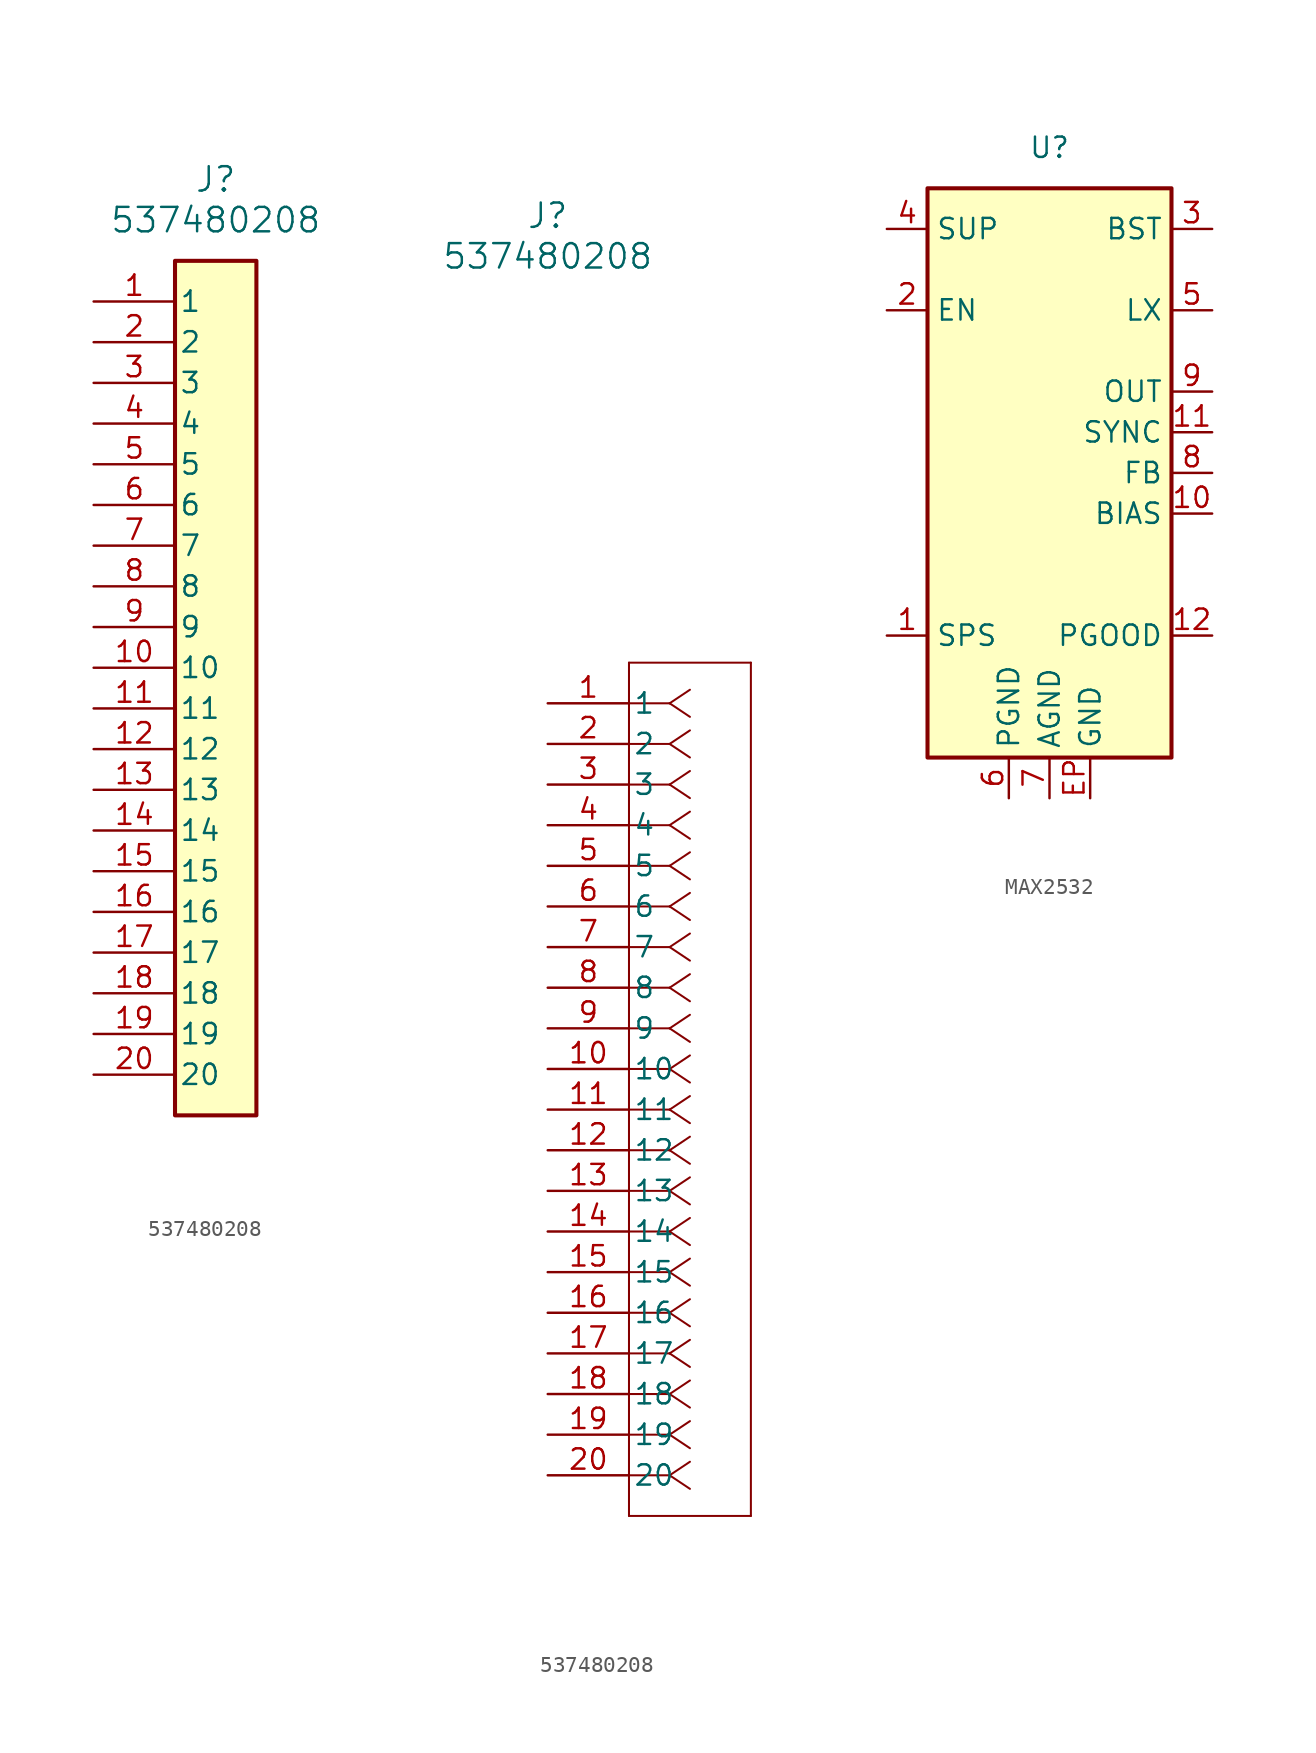
<source format=kicad_sym>
(kicad_symbol_lib
  (version 20220914)
  (generator kicad_symbol_editor)
  (symbol "537480208"
    (pin_names
      (offset 0.254))
    (property "Reference" "J"
      (at 0 30.48 0)
      (effects (font (size 1.524 1.524))))
    (property "Value" "537480208"
      (at 0 27.94 0)
      (effects (font (size 1.524 1.524))))
    (property "ki_locked" ""
      (at 0 0 0)
      (effects (font (size 1.27 1.27))))
    (symbol "537480208_1_1"
      (rectangle (start -2.54 25.4) (end 2.54 -27.94) (stroke (width 0.254) (type default)) (fill (type background)))
      (pin unspecified line (at -7.62 22.86 0) (length 5.08) (name "1" (effects (font (size 1.27 1.27)))) (number "1" (effects (font (size 1.27 1.27)))))
      (pin unspecified line (at -7.62 0 0) (length 5.08) (name "10" (effects (font (size 1.27 1.27)))) (number "10" (effects (font (size 1.27 1.27)))))
      (pin unspecified line (at -7.62 -2.54 0) (length 5.08) (name "11" (effects (font (size 1.27 1.27)))) (number "11" (effects (font (size 1.27 1.27)))))
      (pin unspecified line (at -7.62 -5.08 0) (length 5.08) (name "12" (effects (font (size 1.27 1.27)))) (number "12" (effects (font (size 1.27 1.27)))))
      (pin unspecified line (at -7.62 -7.62 0) (length 5.08) (name "13" (effects (font (size 1.27 1.27)))) (number "13" (effects (font (size 1.27 1.27)))))
      (pin unspecified line (at -7.62 -10.16 0) (length 5.08) (name "14" (effects (font (size 1.27 1.27)))) (number "14" (effects (font (size 1.27 1.27)))))
      (pin unspecified line (at -7.62 -12.7 0) (length 5.08) (name "15" (effects (font (size 1.27 1.27)))) (number "15" (effects (font (size 1.27 1.27)))))
      (pin unspecified line (at -7.62 -15.24 0) (length 5.08) (name "16" (effects (font (size 1.27 1.27)))) (number "16" (effects (font (size 1.27 1.27)))))
      (pin unspecified line (at -7.62 -17.78 0) (length 5.08) (name "17" (effects (font (size 1.27 1.27)))) (number "17" (effects (font (size 1.27 1.27)))))
      (pin unspecified line (at -7.62 -20.32 0) (length 5.08) (name "18" (effects (font (size 1.27 1.27)))) (number "18" (effects (font (size 1.27 1.27)))))
      (pin unspecified line (at -7.62 -22.86 0) (length 5.08) (name "19" (effects (font (size 1.27 1.27)))) (number "19" (effects (font (size 1.27 1.27)))))
      (pin unspecified line (at -7.62 20.32 0) (length 5.08) (name "2" (effects (font (size 1.27 1.27)))) (number "2" (effects (font (size 1.27 1.27)))))
      (pin unspecified line (at -7.62 -25.4 0) (length 5.08) (name "20" (effects (font (size 1.27 1.27)))) (number "20" (effects (font (size 1.27 1.27)))))
      (pin unspecified line (at -7.62 17.78 0) (length 5.08) (name "3" (effects (font (size 1.27 1.27)))) (number "3" (effects (font (size 1.27 1.27)))))
      (pin unspecified line (at -7.62 15.24 0) (length 5.08) (name "4" (effects (font (size 1.27 1.27)))) (number "4" (effects (font (size 1.27 1.27)))))
      (pin unspecified line (at -7.62 12.7 0) (length 5.08) (name "5" (effects (font (size 1.27 1.27)))) (number "5" (effects (font (size 1.27 1.27)))))
      (pin unspecified line (at -7.62 10.16 0) (length 5.08) (name "6" (effects (font (size 1.27 1.27)))) (number "6" (effects (font (size 1.27 1.27)))))
      (pin unspecified line (at -7.62 7.62 0) (length 5.08) (name "7" (effects (font (size 1.27 1.27)))) (number "7" (effects (font (size 1.27 1.27)))))
      (pin unspecified line (at -7.62 5.08 0) (length 5.08) (name "8" (effects (font (size 1.27 1.27)))) (number "8" (effects (font (size 1.27 1.27)))))
      (pin unspecified line (at -7.62 2.54 0) (length 5.08) (name "9" (effects (font (size 1.27 1.27)))) (number "9" (effects (font (size 1.27 1.27))))))
    (symbol "537480208_1_2"
      (polyline (pts (xy 5.08 -50.8) (xy 12.7 -50.8)) (stroke (width 0.127) (type default)) (fill (type none)))
      (polyline (pts (xy 5.08 2.54) (xy 5.08 -50.8)) (stroke (width 0.127) (type default)) (fill (type none)))
      (polyline (pts (xy 7.62 -48.26) (xy 5.08 -48.26)) (stroke (width 0.127) (type default)) (fill (type none)))
      (polyline (pts (xy 7.62 -48.26) (xy 8.89 -49.107)) (stroke (width 0.127) (type default)) (fill (type none)))
      (polyline (pts (xy 7.62 -48.26) (xy 8.89 -47.413)) (stroke (width 0.127) (type default)) (fill (type none)))
      (polyline (pts (xy 7.62 -45.72) (xy 5.08 -45.72)) (stroke (width 0.127) (type default)) (fill (type none)))
      (polyline (pts (xy 7.62 -45.72) (xy 8.89 -46.567)) (stroke (width 0.127) (type default)) (fill (type none)))
      (polyline (pts (xy 7.62 -45.72) (xy 8.89 -44.873)) (stroke (width 0.127) (type default)) (fill (type none)))
      (polyline (pts (xy 7.62 -43.18) (xy 5.08 -43.18)) (stroke (width 0.127) (type default)) (fill (type none)))
      (polyline (pts (xy 7.62 -43.18) (xy 8.89 -44.027)) (stroke (width 0.127) (type default)) (fill (type none)))
      (polyline (pts (xy 7.62 -43.18) (xy 8.89 -42.333)) (stroke (width 0.127) (type default)) (fill (type none)))
      (polyline (pts (xy 7.62 -40.64) (xy 5.08 -40.64)) (stroke (width 0.127) (type default)) (fill (type none)))
      (polyline (pts (xy 7.62 -40.64) (xy 8.89 -41.487)) (stroke (width 0.127) (type default)) (fill (type none)))
      (polyline (pts (xy 7.62 -40.64) (xy 8.89 -39.793)) (stroke (width 0.127) (type default)) (fill (type none)))
      (polyline (pts (xy 7.62 -38.1) (xy 5.08 -38.1)) (stroke (width 0.127) (type default)) (fill (type none)))
      (polyline (pts (xy 7.62 -38.1) (xy 8.89 -38.947)) (stroke (width 0.127) (type default)) (fill (type none)))
      (polyline (pts (xy 7.62 -38.1) (xy 8.89 -37.253)) (stroke (width 0.127) (type default)) (fill (type none)))
      (polyline (pts (xy 7.62 -35.56) (xy 5.08 -35.56)) (stroke (width 0.127) (type default)) (fill (type none)))
      (polyline (pts (xy 7.62 -35.56) (xy 8.89 -36.407)) (stroke (width 0.127) (type default)) (fill (type none)))
      (polyline (pts (xy 7.62 -35.56) (xy 8.89 -34.713)) (stroke (width 0.127) (type default)) (fill (type none)))
      (polyline (pts (xy 7.62 -33.02) (xy 5.08 -33.02)) (stroke (width 0.127) (type default)) (fill (type none)))
      (polyline (pts (xy 7.62 -33.02) (xy 8.89 -33.867)) (stroke (width 0.127) (type default)) (fill (type none)))
      (polyline (pts (xy 7.62 -33.02) (xy 8.89 -32.173)) (stroke (width 0.127) (type default)) (fill (type none)))
      (polyline (pts (xy 7.62 -30.48) (xy 5.08 -30.48)) (stroke (width 0.127) (type default)) (fill (type none)))
      (polyline (pts (xy 7.62 -30.48) (xy 8.89 -31.327)) (stroke (width 0.127) (type default)) (fill (type none)))
      (polyline (pts (xy 7.62 -30.48) (xy 8.89 -29.633)) (stroke (width 0.127) (type default)) (fill (type none)))
      (polyline (pts (xy 7.62 -27.94) (xy 5.08 -27.94)) (stroke (width 0.127) (type default)) (fill (type none)))
      (polyline (pts (xy 7.62 -27.94) (xy 8.89 -28.787)) (stroke (width 0.127) (type default)) (fill (type none)))
      (polyline (pts (xy 7.62 -27.94) (xy 8.89 -27.093)) (stroke (width 0.127) (type default)) (fill (type none)))
      (polyline (pts (xy 7.62 -25.4) (xy 5.08 -25.4)) (stroke (width 0.127) (type default)) (fill (type none)))
      (polyline (pts (xy 7.62 -25.4) (xy 8.89 -26.247)) (stroke (width 0.127) (type default)) (fill (type none)))
      (polyline (pts (xy 7.62 -25.4) (xy 8.89 -24.553)) (stroke (width 0.127) (type default)) (fill (type none)))
      (polyline (pts (xy 7.62 -22.86) (xy 5.08 -22.86)) (stroke (width 0.127) (type default)) (fill (type none)))
      (polyline (pts (xy 7.62 -22.86) (xy 8.89 -23.707)) (stroke (width 0.127) (type default)) (fill (type none)))
      (polyline (pts (xy 7.62 -22.86) (xy 8.89 -22.013)) (stroke (width 0.127) (type default)) (fill (type none)))
      (polyline (pts (xy 7.62 -20.32) (xy 5.08 -20.32)) (stroke (width 0.127) (type default)) (fill (type none)))
      (polyline (pts (xy 7.62 -20.32) (xy 8.89 -21.167)) (stroke (width 0.127) (type default)) (fill (type none)))
      (polyline (pts (xy 7.62 -20.32) (xy 8.89 -19.473)) (stroke (width 0.127) (type default)) (fill (type none)))
      (polyline (pts (xy 7.62 -17.78) (xy 5.08 -17.78)) (stroke (width 0.127) (type default)) (fill (type none)))
      (polyline (pts (xy 7.62 -17.78) (xy 8.89 -18.627)) (stroke (width 0.127) (type default)) (fill (type none)))
      (polyline (pts (xy 7.62 -17.78) (xy 8.89 -16.933)) (stroke (width 0.127) (type default)) (fill (type none)))
      (polyline (pts (xy 7.62 -15.24) (xy 5.08 -15.24)) (stroke (width 0.127) (type default)) (fill (type none)))
      (polyline (pts (xy 7.62 -15.24) (xy 8.89 -16.087)) (stroke (width 0.127) (type default)) (fill (type none)))
      (polyline (pts (xy 7.62 -15.24) (xy 8.89 -14.393)) (stroke (width 0.127) (type default)) (fill (type none)))
      (polyline (pts (xy 7.62 -12.7) (xy 5.08 -12.7)) (stroke (width 0.127) (type default)) (fill (type none)))
      (polyline (pts (xy 7.62 -12.7) (xy 8.89 -13.547)) (stroke (width 0.127) (type default)) (fill (type none)))
      (polyline (pts (xy 7.62 -12.7) (xy 8.89 -11.853)) (stroke (width 0.127) (type default)) (fill (type none)))
      (polyline (pts (xy 7.62 -10.16) (xy 5.08 -10.16)) (stroke (width 0.127) (type default)) (fill (type none)))
      (polyline (pts (xy 7.62 -10.16) (xy 8.89 -11.007)) (stroke (width 0.127) (type default)) (fill (type none)))
      (polyline (pts (xy 7.62 -10.16) (xy 8.89 -9.313)) (stroke (width 0.127) (type default)) (fill (type none)))
      (polyline (pts (xy 7.62 -7.62) (xy 5.08 -7.62)) (stroke (width 0.127) (type default)) (fill (type none)))
      (polyline (pts (xy 7.62 -7.62) (xy 8.89 -8.467)) (stroke (width 0.127) (type default)) (fill (type none)))
      (polyline (pts (xy 7.62 -7.62) (xy 8.89 -6.773)) (stroke (width 0.127) (type default)) (fill (type none)))
      (polyline (pts (xy 7.62 -5.08) (xy 5.08 -5.08)) (stroke (width 0.127) (type default)) (fill (type none)))
      (polyline (pts (xy 7.62 -5.08) (xy 8.89 -5.927)) (stroke (width 0.127) (type default)) (fill (type none)))
      (polyline (pts (xy 7.62 -5.08) (xy 8.89 -4.233)) (stroke (width 0.127) (type default)) (fill (type none)))
      (polyline (pts (xy 7.62 -2.54) (xy 5.08 -2.54)) (stroke (width 0.127) (type default)) (fill (type none)))
      (polyline (pts (xy 7.62 -2.54) (xy 8.89 -3.387)) (stroke (width 0.127) (type default)) (fill (type none)))
      (polyline (pts (xy 7.62 -2.54) (xy 8.89 -1.693)) (stroke (width 0.127) (type default)) (fill (type none)))
      (polyline (pts (xy 7.62 0) (xy 5.08 0)) (stroke (width 0.127) (type default)) (fill (type none)))
      (polyline (pts (xy 7.62 0) (xy 8.89 -0.847)) (stroke (width 0.127) (type default)) (fill (type none)))
      (polyline (pts (xy 7.62 0) (xy 8.89 0.847)) (stroke (width 0.127) (type default)) (fill (type none)))
      (polyline (pts (xy 12.7 -50.8) (xy 12.7 2.54)) (stroke (width 0.127) (type default)) (fill (type none)))
      (polyline (pts (xy 12.7 2.54) (xy 5.08 2.54)) (stroke (width 0.127) (type default)) (fill (type none)))
      (pin unspecified line (at 0 0 0) (length 5.08) (name "1" (effects (font (size 1.27 1.27)))) (number "1" (effects (font (size 1.27 1.27)))))
      (pin unspecified line (at 0 -22.86 0) (length 5.08) (name "10" (effects (font (size 1.27 1.27)))) (number "10" (effects (font (size 1.27 1.27)))))
      (pin unspecified line (at 0 -25.4 0) (length 5.08) (name "11" (effects (font (size 1.27 1.27)))) (number "11" (effects (font (size 1.27 1.27)))))
      (pin unspecified line (at 0 -27.94 0) (length 5.08) (name "12" (effects (font (size 1.27 1.27)))) (number "12" (effects (font (size 1.27 1.27)))))
      (pin unspecified line (at 0 -30.48 0) (length 5.08) (name "13" (effects (font (size 1.27 1.27)))) (number "13" (effects (font (size 1.27 1.27)))))
      (pin unspecified line (at 0 -33.02 0) (length 5.08) (name "14" (effects (font (size 1.27 1.27)))) (number "14" (effects (font (size 1.27 1.27)))))
      (pin unspecified line (at 0 -35.56 0) (length 5.08) (name "15" (effects (font (size 1.27 1.27)))) (number "15" (effects (font (size 1.27 1.27)))))
      (pin unspecified line (at 0 -38.1 0) (length 5.08) (name "16" (effects (font (size 1.27 1.27)))) (number "16" (effects (font (size 1.27 1.27)))))
      (pin unspecified line (at 0 -40.64 0) (length 5.08) (name "17" (effects (font (size 1.27 1.27)))) (number "17" (effects (font (size 1.27 1.27)))))
      (pin unspecified line (at 0 -43.18 0) (length 5.08) (name "18" (effects (font (size 1.27 1.27)))) (number "18" (effects (font (size 1.27 1.27)))))
      (pin unspecified line (at 0 -45.72 0) (length 5.08) (name "19" (effects (font (size 1.27 1.27)))) (number "19" (effects (font (size 1.27 1.27)))))
      (pin unspecified line (at 0 -2.54 0) (length 5.08) (name "2" (effects (font (size 1.27 1.27)))) (number "2" (effects (font (size 1.27 1.27)))))
      (pin unspecified line (at 0 -48.26 0) (length 5.08) (name "20" (effects (font (size 1.27 1.27)))) (number "20" (effects (font (size 1.27 1.27)))))
      (pin unspecified line (at 0 -5.08 0) (length 5.08) (name "3" (effects (font (size 1.27 1.27)))) (number "3" (effects (font (size 1.27 1.27)))))
      (pin unspecified line (at 0 -7.62 0) (length 5.08) (name "4" (effects (font (size 1.27 1.27)))) (number "4" (effects (font (size 1.27 1.27)))))
      (pin unspecified line (at 0 -10.16 0) (length 5.08) (name "5" (effects (font (size 1.27 1.27)))) (number "5" (effects (font (size 1.27 1.27)))))
      (pin unspecified line (at 0 -12.7 0) (length 5.08) (name "6" (effects (font (size 1.27 1.27)))) (number "6" (effects (font (size 1.27 1.27)))))
      (pin unspecified line (at 0 -15.24 0) (length 5.08) (name "7" (effects (font (size 1.27 1.27)))) (number "7" (effects (font (size 1.27 1.27)))))
      (pin unspecified line (at 0 -17.78 0) (length 5.08) (name "8" (effects (font (size 1.27 1.27)))) (number "8" (effects (font (size 1.27 1.27)))))
      (pin unspecified line (at 0 -20.32 0) (length 5.08) (name "9" (effects (font (size 1.27 1.27)))) (number "9" (effects (font (size 1.27 1.27)))))))
  (symbol "MAX2532"
    (property "Reference" "U"
      (at 0 15.24 0)
      (effects (font (size 1.27 1.27))))
    (property "Value" ""
      (at 0 5.08 0)
      (effects (font (size 1.27 1.27))))
    (symbol "MAX2532_1_1"
      (rectangle (start -7.62 12.7) (end 7.62 -22.86) (stroke (width 0.254) (type default)) (fill (type background)))
      (pin input line (at -10.16 -15.24 0) (length 2.54) (name "SPS" (effects (font (size 1.27 1.27)))) (number "1" (effects (font (size 1.27 1.27)))))
      (pin unspecified line (at 10.16 -7.62 180) (length 2.54) (name "BIAS" (effects (font (size 1.27 1.27)))) (number "10" (effects (font (size 1.27 1.27)))))
      (pin input line (at 10.16 -2.54 180) (length 2.54) (name "SYNC" (effects (font (size 1.27 1.27)))) (number "11" (effects (font (size 1.27 1.27)))))
      (pin open_collector line (at 10.16 -15.24 180) (length 2.54) (name "PGOOD" (effects (font (size 1.27 1.27)))) (number "12" (effects (font (size 1.27 1.27)))))
      (pin input line (at -10.16 5.08 0) (length 2.54) (name "EN" (effects (font (size 1.27 1.27)))) (number "2" (effects (font (size 1.27 1.27)))))
      (pin unspecified line (at 10.16 10.16 180) (length 2.54) (name "BST" (effects (font (size 1.27 1.27)))) (number "3" (effects (font (size 1.27 1.27)))))
      (pin power_in line (at -10.16 10.16 0) (length 2.54) (name "SUP" (effects (font (size 1.27 1.27)))) (number "4" (effects (font (size 1.27 1.27)))))
      (pin unspecified line (at 10.16 5.08 180) (length 2.54) (name "LX" (effects (font (size 1.27 1.27)))) (number "5" (effects (font (size 1.27 1.27)))))
      (pin unspecified line (at -2.54 -25.4 90) (length 2.54) (name "PGND" (effects (font (size 1.27 1.27)))) (number "6" (effects (font (size 1.27 1.27)))))
      (pin unspecified line (at 0 -25.4 90) (length 2.54) (name "AGND" (effects (font (size 1.27 1.27)))) (number "7" (effects (font (size 1.27 1.27)))))
      (pin input line (at 10.16 -5.08 180) (length 2.54) (name "FB" (effects (font (size 1.27 1.27)))) (number "8" (effects (font (size 1.27 1.27)))))
      (pin power_out line (at 10.16 0 180) (length 2.54) (name "OUT" (effects (font (size 1.27 1.27)))) (number "9" (effects (font (size 1.27 1.27)))))
      (pin unspecified line (at 2.54 -25.4 90) (length 2.54) (name "GND" (effects (font (size 1.27 1.27)))) (number "EP" (effects (font (size 1.27 1.27))))))))
</source>
